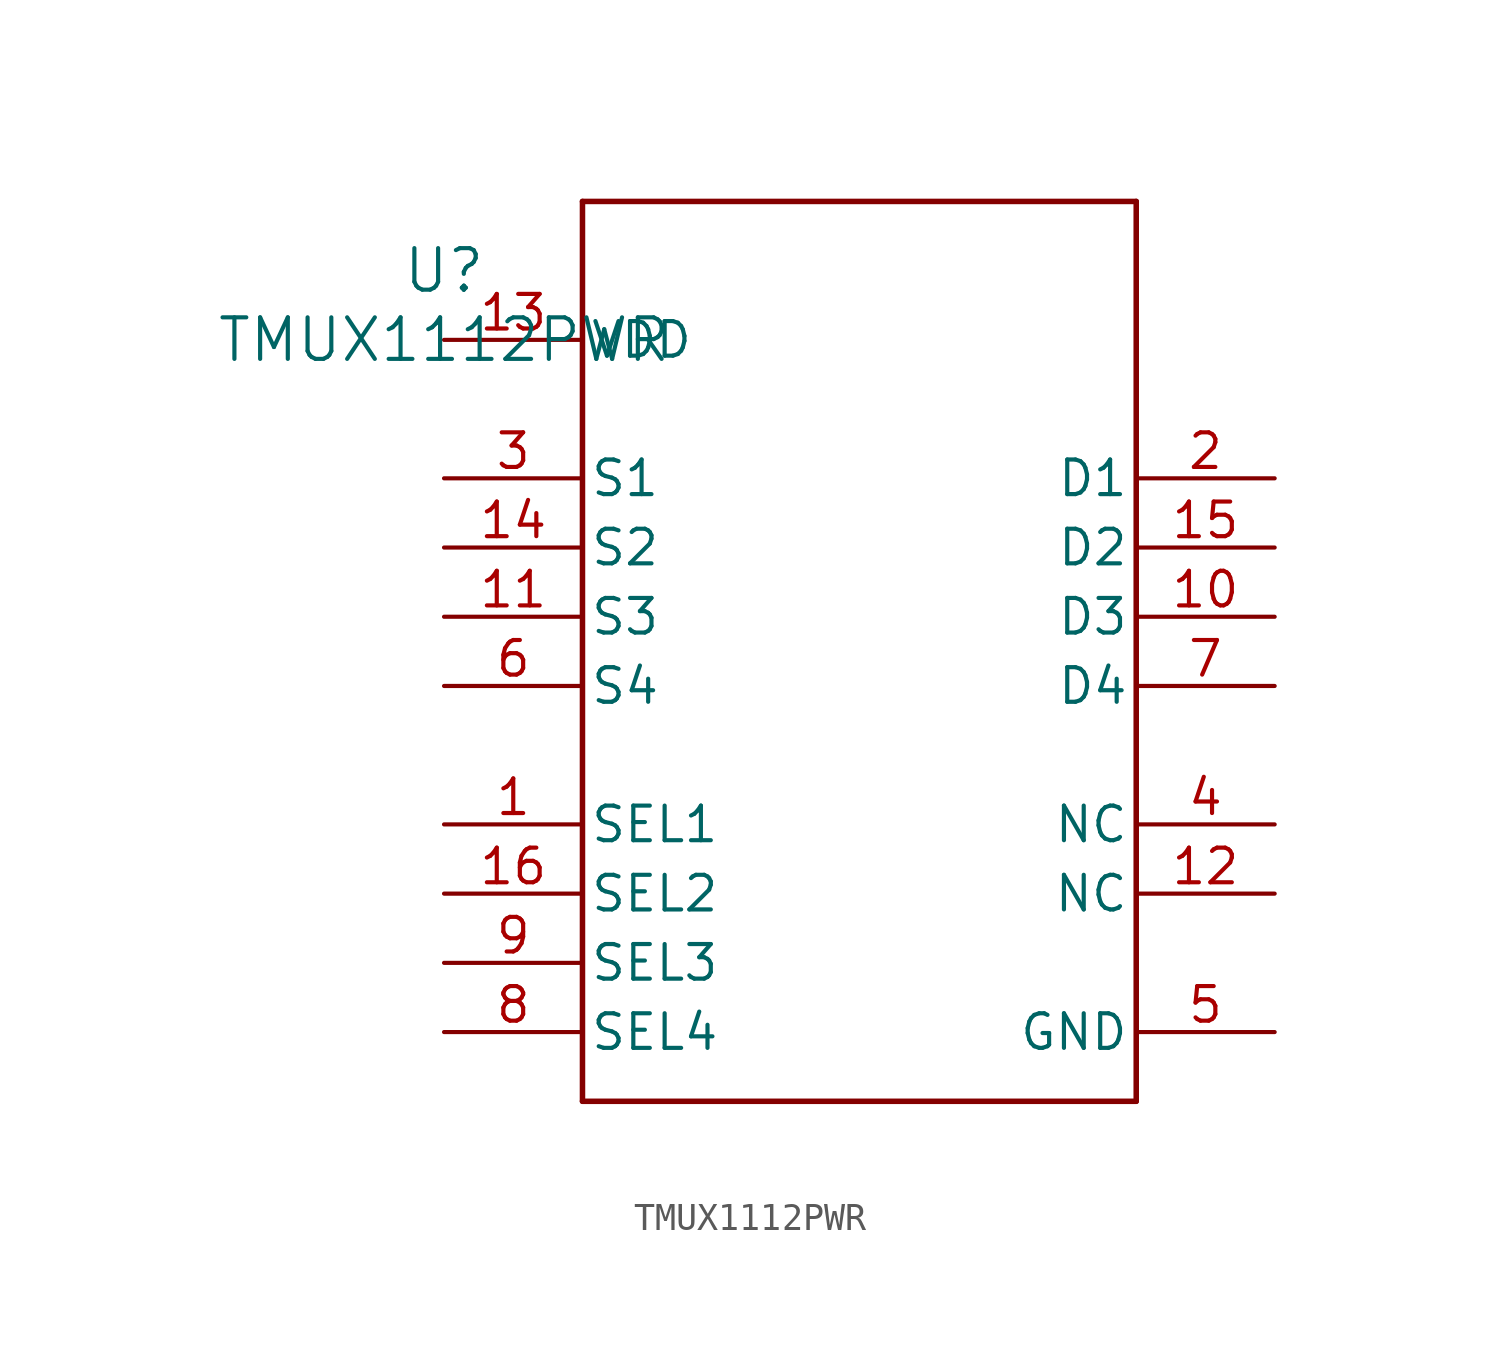
<source format=kicad_sym>
(kicad_symbol_lib
  (version 20211014)
  (generator kicad_symbol_editor)
  (symbol "TMUX1112PWR"
    (pin_names
      (offset 0.254))
    (property "Reference" "U"
      (at 0 2.54 0)
      (effects (font (size 1.524 1.524))))
    (property "Value" "TMUX1112PWR"
      (at 0 0 0)
      (effects (font (size 1.524 1.524))))
    (symbol "TMUX1112PWR_0_1"
      (polyline (pts (xy 5.08 -27.94) (xy 25.4 -27.94)) (stroke (width 0.203) (type default) (color 0 0 0 0)) (fill (type none)))
      (polyline (pts (xy 25.4 -27.94) (xy 25.4 5.08)) (stroke (width 0.203) (type default) (color 0 0 0 0)) (fill (type none)))
      (polyline (pts (xy 25.4 5.08) (xy 5.08 5.08)) (stroke (width 0.203) (type default) (color 0 0 0 0)) (fill (type none)))
      (polyline (pts (xy 5.08 5.08) (xy 5.08 -27.94)) (stroke (width 0.203) (type default) (color 0 0 0 0)) (fill (type none)))
      (pin input line (at 0 -17.78 0) (length 5.08) (name "SEL1" (effects (font (size 1.27 1.27)))) (number "1" (effects (font (size 1.27 1.27)))))
      (pin bidirectional line (at 30.48 -5.08 180) (length 5.08) (name "D1" (effects (font (size 1.27 1.27)))) (number "2" (effects (font (size 1.27 1.27)))))
      (pin bidirectional line (at 0 -5.08 0) (length 5.08) (name "S1" (effects (font (size 1.27 1.27)))) (number "3" (effects (font (size 1.27 1.27)))))
      (pin unspecified line (at 30.48 -17.78 180) (length 5.08) (name "NC" (effects (font (size 1.27 1.27)))) (number "4" (effects (font (size 1.27 1.27)))))
      (pin power_in line (at 30.48 -25.4 180) (length 5.08) (name "GND" (effects (font (size 1.27 1.27)))) (number "5" (effects (font (size 1.27 1.27)))))
      (pin bidirectional line (at 0 -12.7 0) (length 5.08) (name "S4" (effects (font (size 1.27 1.27)))) (number "6" (effects (font (size 1.27 1.27)))))
      (pin bidirectional line (at 30.48 -12.7 180) (length 5.08) (name "D4" (effects (font (size 1.27 1.27)))) (number "7" (effects (font (size 1.27 1.27)))))
      (pin input line (at 0 -25.4 0) (length 5.08) (name "SEL4" (effects (font (size 1.27 1.27)))) (number "8" (effects (font (size 1.27 1.27)))))
      (pin input line (at 0 -22.86 0) (length 5.08) (name "SEL3" (effects (font (size 1.27 1.27)))) (number "9" (effects (font (size 1.27 1.27)))))
      (pin bidirectional line (at 30.48 -10.16 180) (length 5.08) (name "D3" (effects (font (size 1.27 1.27)))) (number "10" (effects (font (size 1.27 1.27)))))
      (pin bidirectional line (at 0 -10.16 0) (length 5.08) (name "S3" (effects (font (size 1.27 1.27)))) (number "11" (effects (font (size 1.27 1.27)))))
      (pin unspecified line (at 30.48 -20.32 180) (length 5.08) (name "NC" (effects (font (size 1.27 1.27)))) (number "12" (effects (font (size 1.27 1.27)))))
      (pin power_in line (at 0 0 0) (length 5.08) (name "VDD" (effects (font (size 1.27 1.27)))) (number "13" (effects (font (size 1.27 1.27)))))
      (pin bidirectional line (at 0 -7.62 0) (length 5.08) (name "S2" (effects (font (size 1.27 1.27)))) (number "14" (effects (font (size 1.27 1.27)))))
      (pin bidirectional line (at 30.48 -7.62 180) (length 5.08) (name "D2" (effects (font (size 1.27 1.27)))) (number "15" (effects (font (size 1.27 1.27)))))
      (pin input line (at 0 -20.32 0) (length 5.08) (name "SEL2" (effects (font (size 1.27 1.27)))) (number "16" (effects (font (size 1.27 1.27))))))))
</source>
